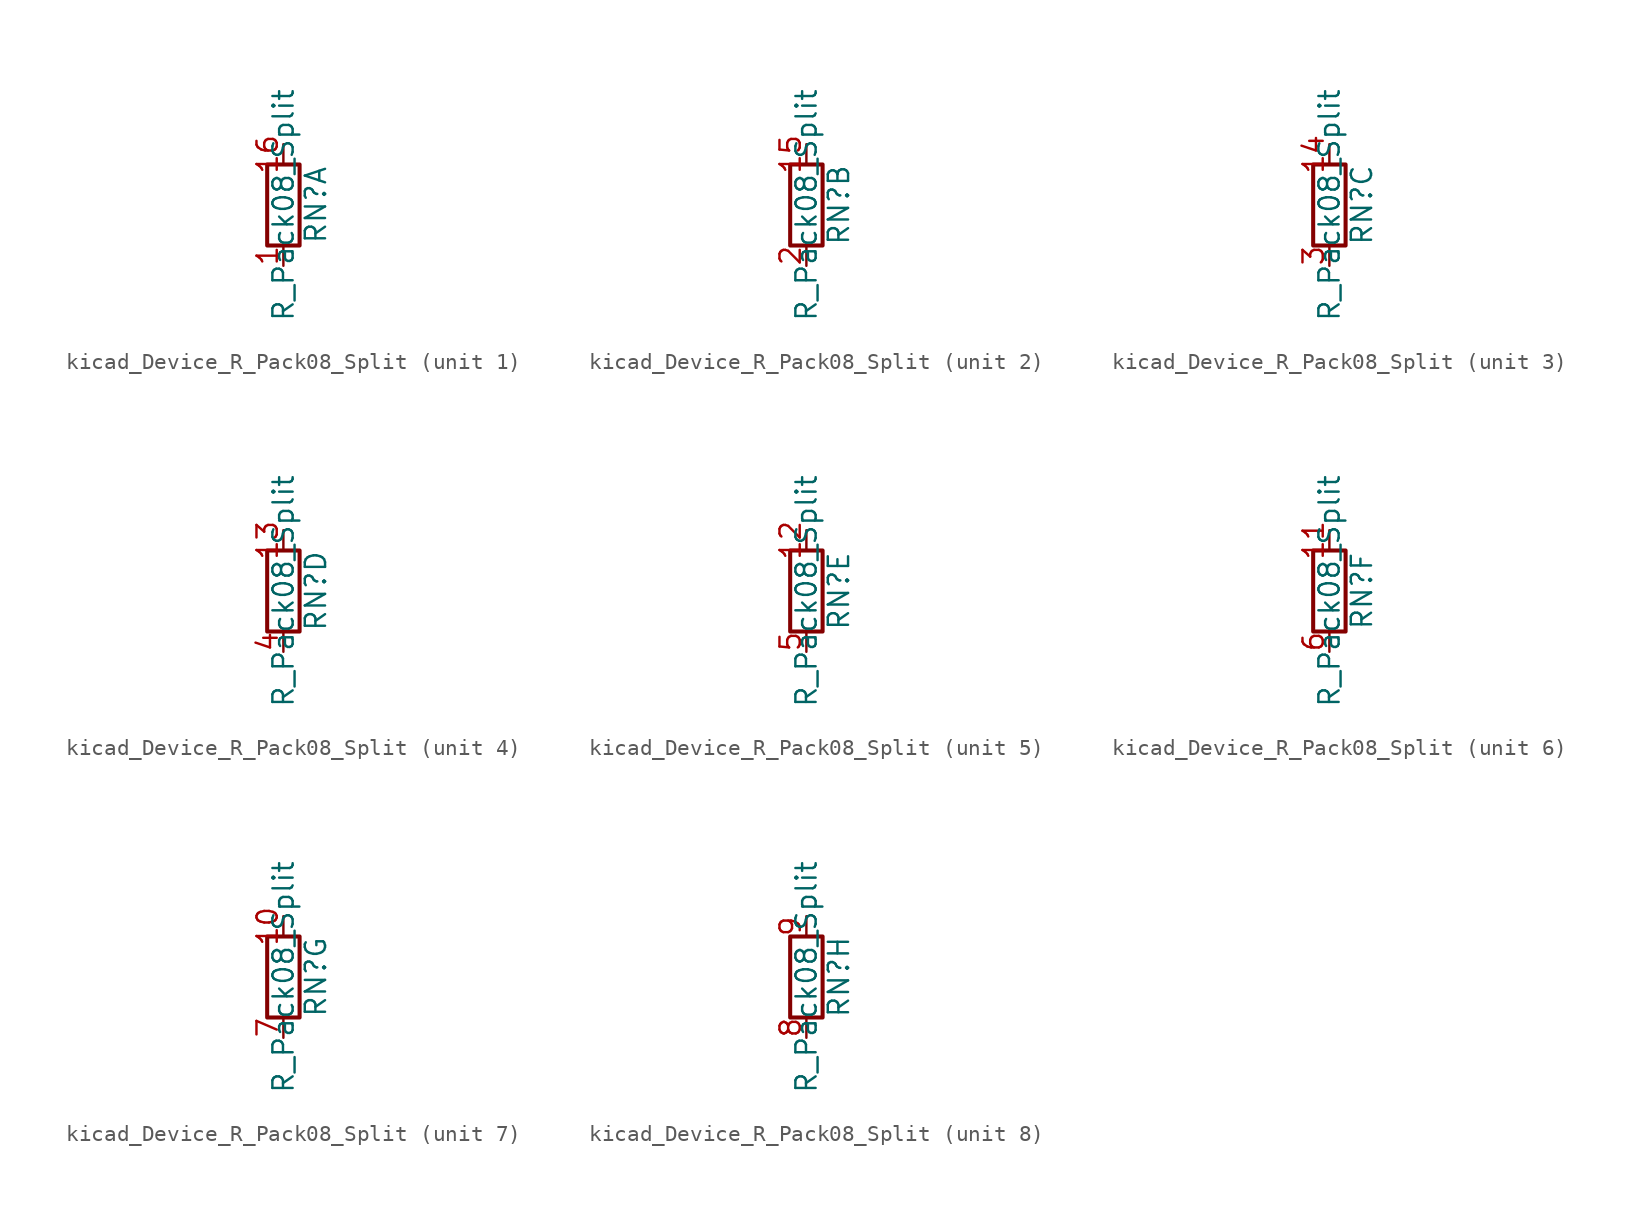
<source format=kicad_sym>
(kicad_symbol_lib
  (version 20220914)
  (generator kicad_symbol_editor)
  (symbol "kicad_Device_R_Pack08_Split"
    (pin_names
      (offset 0) hide)
    (property "Reference" "RN"
      (at 2.032 0 90)
      (effects (font (size 1.27 1.27))))
    (property "Value" "R_Pack08_Split"
      (at 0 0 90)
      (effects (font (size 1.27 1.27))))
    (symbol "kicad_Device_R_Pack08_Split_0_1"
      (rectangle (start 1.016 2.54) (end -1.016 -2.54) (stroke (width 0.254) (type default)) (fill (type none))))
    (symbol "kicad_Device_R_Pack08_Split_1_1"
      (pin passive line (at 0 -3.81 90) (length 1.27) (name "R1.1" (effects (font (size 1.27 1.27)))) (number "1" (effects (font (size 1.27 1.27)))))
      (pin passive line (at 0 3.81 270) (length 1.27) (name "R1.2" (effects (font (size 1.27 1.27)))) (number "16" (effects (font (size 1.27 1.27))))))
    (symbol "kicad_Device_R_Pack08_Split_2_1"
      (pin passive line (at 0 3.81 270) (length 1.27) (name "R2.2" (effects (font (size 1.27 1.27)))) (number "15" (effects (font (size 1.27 1.27)))))
      (pin passive line (at 0 -3.81 90) (length 1.27) (name "R2.1" (effects (font (size 1.27 1.27)))) (number "2" (effects (font (size 1.27 1.27))))))
    (symbol "kicad_Device_R_Pack08_Split_3_1"
      (pin passive line (at 0 3.81 270) (length 1.27) (name "R3.2" (effects (font (size 1.27 1.27)))) (number "14" (effects (font (size 1.27 1.27)))))
      (pin passive line (at 0 -3.81 90) (length 1.27) (name "R3.1" (effects (font (size 1.27 1.27)))) (number "3" (effects (font (size 1.27 1.27))))))
    (symbol "kicad_Device_R_Pack08_Split_4_1"
      (pin passive line (at 0 3.81 270) (length 1.27) (name "R4.2" (effects (font (size 1.27 1.27)))) (number "13" (effects (font (size 1.27 1.27)))))
      (pin passive line (at 0 -3.81 90) (length 1.27) (name "R4.1" (effects (font (size 1.27 1.27)))) (number "4" (effects (font (size 1.27 1.27))))))
    (symbol "kicad_Device_R_Pack08_Split_5_1"
      (pin passive line (at 0 3.81 270) (length 1.27) (name "R5.2" (effects (font (size 1.27 1.27)))) (number "12" (effects (font (size 1.27 1.27)))))
      (pin passive line (at 0 -3.81 90) (length 1.27) (name "R5.1" (effects (font (size 1.27 1.27)))) (number "5" (effects (font (size 1.27 1.27))))))
    (symbol "kicad_Device_R_Pack08_Split_6_1"
      (pin passive line (at 0 3.81 270) (length 1.27) (name "R6.2" (effects (font (size 1.27 1.27)))) (number "11" (effects (font (size 1.27 1.27)))))
      (pin passive line (at 0 -3.81 90) (length 1.27) (name "R6.1" (effects (font (size 1.27 1.27)))) (number "6" (effects (font (size 1.27 1.27))))))
    (symbol "kicad_Device_R_Pack08_Split_7_1"
      (pin passive line (at 0 3.81 270) (length 1.27) (name "R7.2" (effects (font (size 1.27 1.27)))) (number "10" (effects (font (size 1.27 1.27)))))
      (pin passive line (at 0 -3.81 90) (length 1.27) (name "R7.1" (effects (font (size 1.27 1.27)))) (number "7" (effects (font (size 1.27 1.27))))))
    (symbol "kicad_Device_R_Pack08_Split_8_1"
      (pin passive line (at 0 -3.81 90) (length 1.27) (name "R8.1" (effects (font (size 1.27 1.27)))) (number "8" (effects (font (size 1.27 1.27)))))
      (pin passive line (at 0 3.81 270) (length 1.27) (name "R8.2" (effects (font (size 1.27 1.27)))) (number "9" (effects (font (size 1.27 1.27))))))))
</source>
